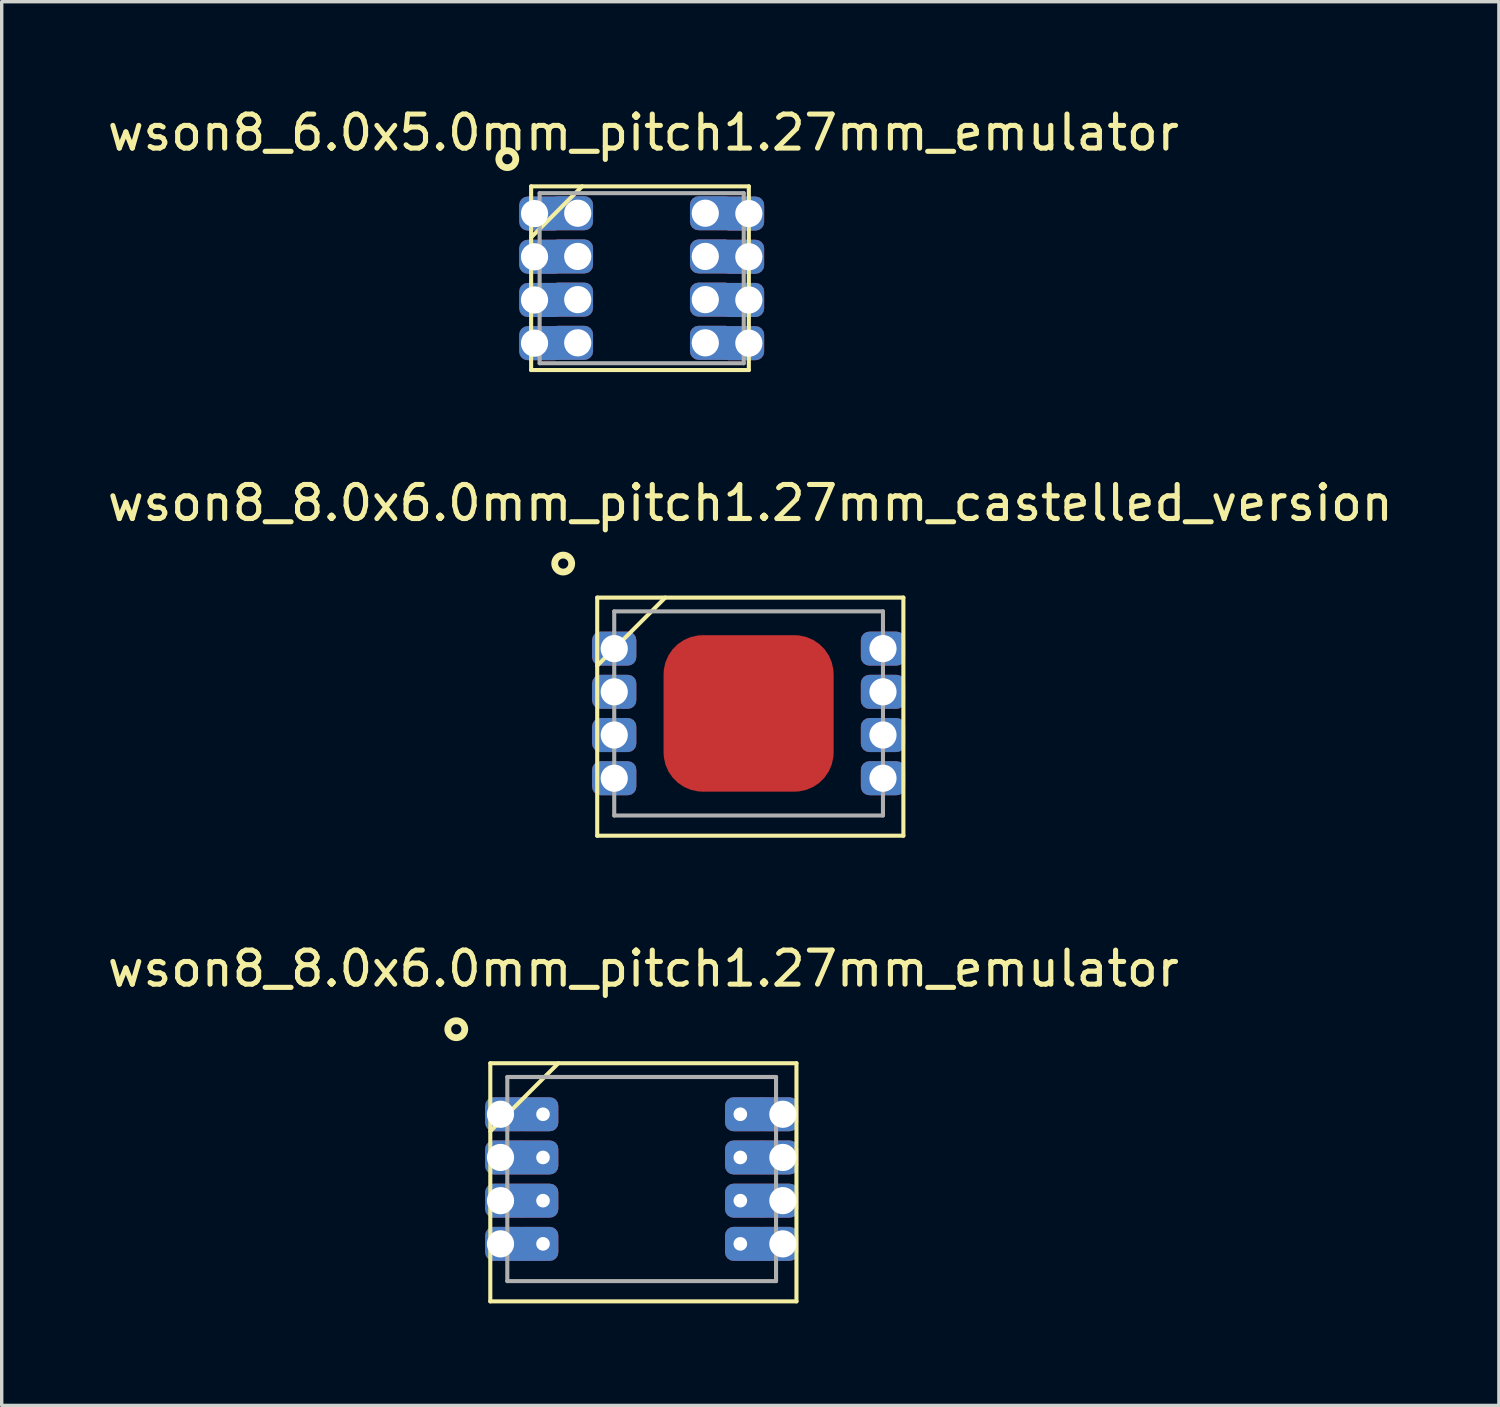
<source format=kicad_pcb>
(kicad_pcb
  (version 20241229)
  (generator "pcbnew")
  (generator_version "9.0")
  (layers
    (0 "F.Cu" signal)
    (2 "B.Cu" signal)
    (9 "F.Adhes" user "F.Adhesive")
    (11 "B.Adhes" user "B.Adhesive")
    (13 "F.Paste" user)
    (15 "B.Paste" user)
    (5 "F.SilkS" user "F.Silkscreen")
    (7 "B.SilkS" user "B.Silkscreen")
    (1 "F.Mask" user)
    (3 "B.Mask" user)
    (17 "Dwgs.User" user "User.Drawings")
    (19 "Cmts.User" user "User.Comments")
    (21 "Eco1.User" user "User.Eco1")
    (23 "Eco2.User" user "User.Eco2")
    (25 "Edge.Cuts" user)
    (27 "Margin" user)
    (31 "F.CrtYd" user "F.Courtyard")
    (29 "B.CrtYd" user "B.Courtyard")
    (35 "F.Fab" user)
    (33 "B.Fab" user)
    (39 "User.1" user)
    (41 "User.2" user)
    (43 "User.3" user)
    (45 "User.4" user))
  (footprint "wson8_6.0x5.0mm_pitch1.27mm_emulator"
    (layer "F.Cu")
    (at 15.863 5.128)
    (property "Reference" "wson8_6.0x5.0mm_pitch1.27mm_emulator" (at 0 -4.28 0) (layer "F.SilkS") (effects (font (size 1 1) (thickness 0.15))))
    (attr through_hole)
    (fp_line (start -3.3 -2.7) (end -3.3 2.7) (stroke (width 0.12) (type solid)) (layer "F.SilkS"))
    (fp_line (start -3.3 -2.7) (end 3.1 -2.7) (stroke (width 0.12) (type solid)) (layer "F.SilkS"))
    (fp_line (start -3.3 -1.2) (end -1.8 -2.7) (stroke (width 0.12) (type solid)) (layer "F.SilkS"))
    (fp_line (start -3.3 2.7) (end 3.1 2.7) (stroke (width 0.12) (type solid)) (layer "F.SilkS"))
    (fp_line (start 3.1 -2.7) (end 3.1 2.7) (stroke (width 0.12) (type solid)) (layer "F.SilkS"))
    (fp_circle (center -4 -3.5) (end -3.75 -3.5) (stroke (width 0.2) (type solid)) (fill no) (layer "F.SilkS"))
    (fp_line (start -3.05 -2.5) (end -3.05 2.5) (stroke (width 0.12) (type solid)) (layer "F.Fab"))
    (fp_line (start -3.05 2.5) (end 2.95 2.5) (stroke (width 0.12) (type solid)) (layer "F.Fab"))
    (fp_line (start 2.95 -2.5) (end -3.05 -2.5) (stroke (width 0.12) (type solid)) (layer "F.Fab"))
    (fp_line (start 2.95 2.5) (end 2.95 -2.5) (stroke (width 0.12) (type solid)) (layer "F.Fab"))
    (pad "1" thru_hole roundrect (at -3.2 -1.9) (size 1.3 1) (drill 0.8 (offset 0.2 0)) (layers "*.Cu" "*.Mask") (roundrect_rratio 0.25))
    (pad "1" thru_hole roundrect (at -1.93 -1.91 180) (size 1.3 1) (drill 0.8 (offset 0.2 0)) (layers "*.Cu" "*.Mask") (roundrect_rratio 0.25))
    (pad "2" thru_hole roundrect (at -3.2 -0.63) (size 1.3 1) (drill 0.8 (offset 0.2 0)) (layers "*.Cu" "*.Mask") (roundrect_rratio 0.25))
    (pad "2" thru_hole roundrect (at -1.93 -0.64 180) (size 1.3 1) (drill 0.8 (offset 0.2 0)) (layers "*.Cu" "*.Mask") (roundrect_rratio 0.25))
    (pad "3" thru_hole roundrect (at -3.2 0.64) (size 1.3 1) (drill 0.8 (offset 0.2 0)) (layers "*.Cu" "*.Mask") (roundrect_rratio 0.25))
    (pad "3" thru_hole roundrect (at -1.93 0.63 180) (size 1.3 1) (drill 0.8 (offset 0.2 0)) (layers "*.Cu" "*.Mask") (roundrect_rratio 0.25))
    (pad "4" thru_hole roundrect (at -3.2 1.91) (size 1.3 1) (drill 0.8 (offset 0.2 0)) (layers "*.Cu" "*.Mask") (roundrect_rratio 0.25))
    (pad "4" thru_hole roundrect (at -1.93 1.9 180) (size 1.3 1) (drill 0.8 (offset 0.2 0)) (layers "*.Cu" "*.Mask") (roundrect_rratio 0.25))
    (pad "5" thru_hole roundrect (at 1.82 1.9 180) (size 1.3 1) (drill 0.8 (offset -0.2 0)) (layers "*.Cu" "*.Mask") (roundrect_rratio 0.25))
    (pad "5" thru_hole roundrect (at 3.1 1.91) (size 1.3 1) (drill 0.8 (offset -0.2 0)) (layers "*.Cu" "*.Mask") (roundrect_rratio 0.25))
    (pad "6" thru_hole roundrect (at 1.82 0.63 180) (size 1.3 1) (drill 0.8 (offset -0.2 0)) (layers "*.Cu" "*.Mask") (roundrect_rratio 0.25))
    (pad "6" thru_hole roundrect (at 3.1 0.64) (size 1.3 1) (drill 0.8 (offset -0.2 0)) (layers "*.Cu" "*.Mask") (roundrect_rratio 0.25))
    (pad "7" thru_hole roundrect (at 1.82 -0.64 180) (size 1.3 1) (drill 0.8 (offset -0.2 0)) (layers "*.Cu" "*.Mask") (roundrect_rratio 0.25))
    (pad "7" thru_hole roundrect (at 3.1 -0.63) (size 1.3 1) (drill 0.8 (offset -0.2 0)) (layers "*.Cu" "*.Mask") (roundrect_rratio 0.25))
    (pad "8" thru_hole roundrect (at 1.82 -1.91 180) (size 1.3 1) (drill 0.8 (offset -0.2 0)) (layers "*.Cu" "*.Mask") (roundrect_rratio 0.25))
    (pad "8" thru_hole roundrect (at 3.1 -1.9) (size 1.3 1) (drill 0.8 (offset -0.2 0)) (layers "*.Cu" "*.Mask") (roundrect_rratio 0.25)))
  (footprint "wson8_8.0x6.0mm_pitch1.27mm_emulator"
    (layer "F.Cu")
    (at 15.863 31.705)
    (property "Reference" "wson8_8.0x6.0mm_pitch1.27mm_emulator" (at 0 -6.28 0) (layer "F.SilkS") (effects (font (size 1 1) (thickness 0.15))))
    (attr through_hole)
    (fp_line (start -4.5 -3.5) (end -4.5 3.5) (stroke (width 0.12) (type solid)) (layer "F.SilkS"))
    (fp_line (start -4.5 -1.5) (end -2.5 -3.5) (stroke (width 0.12) (type solid)) (layer "F.SilkS"))
    (fp_line (start -4.5 3.5) (end 4.5 3.5) (stroke (width 0.12) (type solid)) (layer "F.SilkS"))
    (fp_line (start 4.5 -3.5) (end -4.5 -3.5) (stroke (width 0.12) (type solid)) (layer "F.SilkS"))
    (fp_line (start 4.5 3.5) (end 4.5 -3.5) (stroke (width 0.12) (type solid)) (layer "F.SilkS"))
    (fp_circle (center -5.5 -4.5) (end -5.25 -4.5) (stroke (width 0.2) (type solid)) (fill no) (layer "F.SilkS"))
    (fp_line (start -4 -3.095) (end -4 2.905) (stroke (width 0.12) (type solid)) (layer "F.Fab"))
    (fp_line (start -4 -3.095) (end 3.9 -3.095) (stroke (width 0.12) (type solid)) (layer "F.Fab"))
    (fp_line (start -4 2.905) (end 3.9 2.905) (stroke (width 0.12) (type solid)) (layer "F.Fab"))
    (fp_line (start 3.9 -3.095) (end 3.9 2.905) (stroke (width 0.12) (type solid)) (layer "F.Fab"))
    (pad "1" thru_hole roundrect (at -4.2 -2) (size 1.3 1) (drill 0.8 (offset 0.2 0)) (layers "*.Cu" "*.Mask") (roundrect_rratio 0.25))
    (pad "1" thru_hole roundrect (at -2.95 -2 180) (size 1.3 1) (drill 0.4 (offset 0.2 0)) (layers "*.Cu" "*.Mask") (roundrect_rratio 0.25))
    (pad "2" thru_hole roundrect (at -4.2 -0.73) (size 1.3 1) (drill 0.8 (offset 0.2 0)) (layers "*.Cu" "*.Mask") (roundrect_rratio 0.25))
    (pad "2" thru_hole roundrect (at -2.95 -0.73 180) (size 1.3 1) (drill 0.4 (offset 0.2 0)) (layers "*.Cu" "*.Mask") (roundrect_rratio 0.25))
    (pad "3" thru_hole roundrect (at -4.2 0.54) (size 1.3 1) (drill 0.8 (offset 0.2 0)) (layers "*.Cu" "*.Mask") (roundrect_rratio 0.25))
    (pad "3" thru_hole roundrect (at -2.95 0.54 180) (size 1.3 1) (drill 0.4 (offset 0.2 0)) (layers "*.Cu" "*.Mask") (roundrect_rratio 0.25))
    (pad "4" thru_hole roundrect (at -4.2 1.81) (size 1.3 1) (drill 0.8 (offset 0.2 0)) (layers "*.Cu" "*.Mask") (roundrect_rratio 0.25))
    (pad "4" thru_hole roundrect (at -2.95 1.81 180) (size 1.3 1) (drill 0.4 (offset 0.2 0)) (layers "*.Cu" "*.Mask") (roundrect_rratio 0.25))
    (pad "5" thru_hole roundrect (at 2.85 1.81) (size 1.3 1) (drill 0.4 (offset 0.2 0)) (layers "*.Cu" "*.Mask") (roundrect_rratio 0.25))
    (pad "5" thru_hole roundrect (at 4.1 1.81) (size 1.3 1) (drill 0.8 (offset -0.2 0)) (layers "*.Cu" "*.Mask") (roundrect_rratio 0.25))
    (pad "6" thru_hole roundrect (at 2.85 0.54) (size 1.3 1) (drill 0.4 (offset 0.2 0)) (layers "*.Cu" "*.Mask") (roundrect_rratio 0.25))
    (pad "6" thru_hole roundrect (at 4.1 0.54) (size 1.3 1) (drill 0.8 (offset -0.2 0)) (layers "*.Cu" "*.Mask") (roundrect_rratio 0.25))
    (pad "7" thru_hole roundrect (at 2.85 -0.73) (size 1.3 1) (drill 0.4 (offset 0.2 0)) (layers "*.Cu" "*.Mask") (roundrect_rratio 0.25))
    (pad "7" thru_hole roundrect (at 4.1 -0.73) (size 1.3 1) (drill 0.8 (offset -0.2 0)) (layers "*.Cu" "*.Mask") (roundrect_rratio 0.25))
    (pad "8" thru_hole roundrect (at 2.85 -2) (size 1.3 1) (drill 0.4 (offset 0.2 0)) (layers "*.Cu" "*.Mask") (roundrect_rratio 0.25))
    (pad "8" thru_hole roundrect (at 4.1 -2) (size 1.3 1) (drill 0.8 (offset -0.2 0)) (layers "*.Cu" "*.Mask") (roundrect_rratio 0.25)))
  (footprint "wson8_8.0x6.0mm_pitch1.27mm_castelled_version"
    (layer "F.Cu")
    (at 19.006 18.017)
    (property "Reference" "wson8_8.0x6.0mm_pitch1.27mm_castelled_version" (at 0 -6.28 0) (layer "F.SilkS") (effects (font (size 1 1) (thickness 0.15))))
    (attr through_hole)
    (fp_line (start -4.5 -3.5) (end -4.5 3.5) (stroke (width 0.12) (type solid)) (layer "F.SilkS"))
    (fp_line (start -4.5 -1.5) (end -2.5 -3.5) (stroke (width 0.12) (type solid)) (layer "F.SilkS"))
    (fp_line (start -4.5 3.5) (end 4.5 3.5) (stroke (width 0.12) (type solid)) (layer "F.SilkS"))
    (fp_line (start 4.5 -3.5) (end -4.5 -3.5) (stroke (width 0.12) (type solid)) (layer "F.SilkS"))
    (fp_line (start 4.5 3.5) (end 4.5 -3.5) (stroke (width 0.12) (type solid)) (layer "F.SilkS"))
    (fp_circle (center -5.5 -4.5) (end -5.25 -4.5) (stroke (width 0.2) (type solid)) (fill no) (layer "F.SilkS"))
    (fp_line (start -4 -3.095) (end -4 2.905) (stroke (width 0.12) (type solid)) (layer "F.Fab"))
    (fp_line (start -4 -3.095) (end 3.9 -3.095) (stroke (width 0.12) (type solid)) (layer "F.Fab"))
    (fp_line (start -4 2.905) (end 3.9 2.905) (stroke (width 0.12) (type solid)) (layer "F.Fab"))
    (fp_line (start 3.9 -3.095) (end 3.9 2.905) (stroke (width 0.12) (type solid)) (layer "F.Fab"))
    (pad "1" thru_hole roundrect (at -4 -2) (size 1.3 1) (drill 0.8) (layers "*.Cu" "*.Mask") (roundrect_rratio 0.25))
    (pad "2" thru_hole roundrect (at -4 -0.73) (size 1.3 1) (drill 0.8) (layers "*.Cu" "*.Mask") (roundrect_rratio 0.25))
    (pad "3" thru_hole roundrect (at -4 0.54) (size 1.3 1) (drill 0.8) (layers "*.Cu" "*.Mask") (roundrect_rratio 0.25))
    (pad "4" thru_hole roundrect (at -4 1.81) (size 1.3 1) (drill 0.8) (layers "*.Cu" "*.Mask") (roundrect_rratio 0.25))
    (pad "5" thru_hole roundrect (at 3.9 1.81) (size 1.3 1) (drill 0.8) (layers "*.Cu" "*.Mask") (roundrect_rratio 0.25))
    (pad "6" thru_hole roundrect (at 3.9 0.54) (size 1.3 1) (drill 0.8) (layers "*.Cu" "*.Mask") (roundrect_rratio 0.25))
    (pad "7" thru_hole roundrect (at 3.9 -0.73) (size 1.3 1) (drill 0.8) (layers "*.Cu" "*.Mask") (roundrect_rratio 0.25))
    (pad "8" thru_hole roundrect (at 3.9 -2) (size 1.3 1) (drill 0.8) (layers "*.Cu" "*.Mask") (roundrect_rratio 0.25))
    (pad "9" smd roundrect (at -0.05 -0.095) (size 5 4.6) (layers "F.Cu" "F.Mask" "F.Paste") (roundrect_rratio 0.25)))
  (gr_rect
    (start -3 -3)
    (end 41.012 38.265)
    (stroke (width 0.1) (type default))
    (fill no)
    (layer "Edge.Cuts")))
</source>
